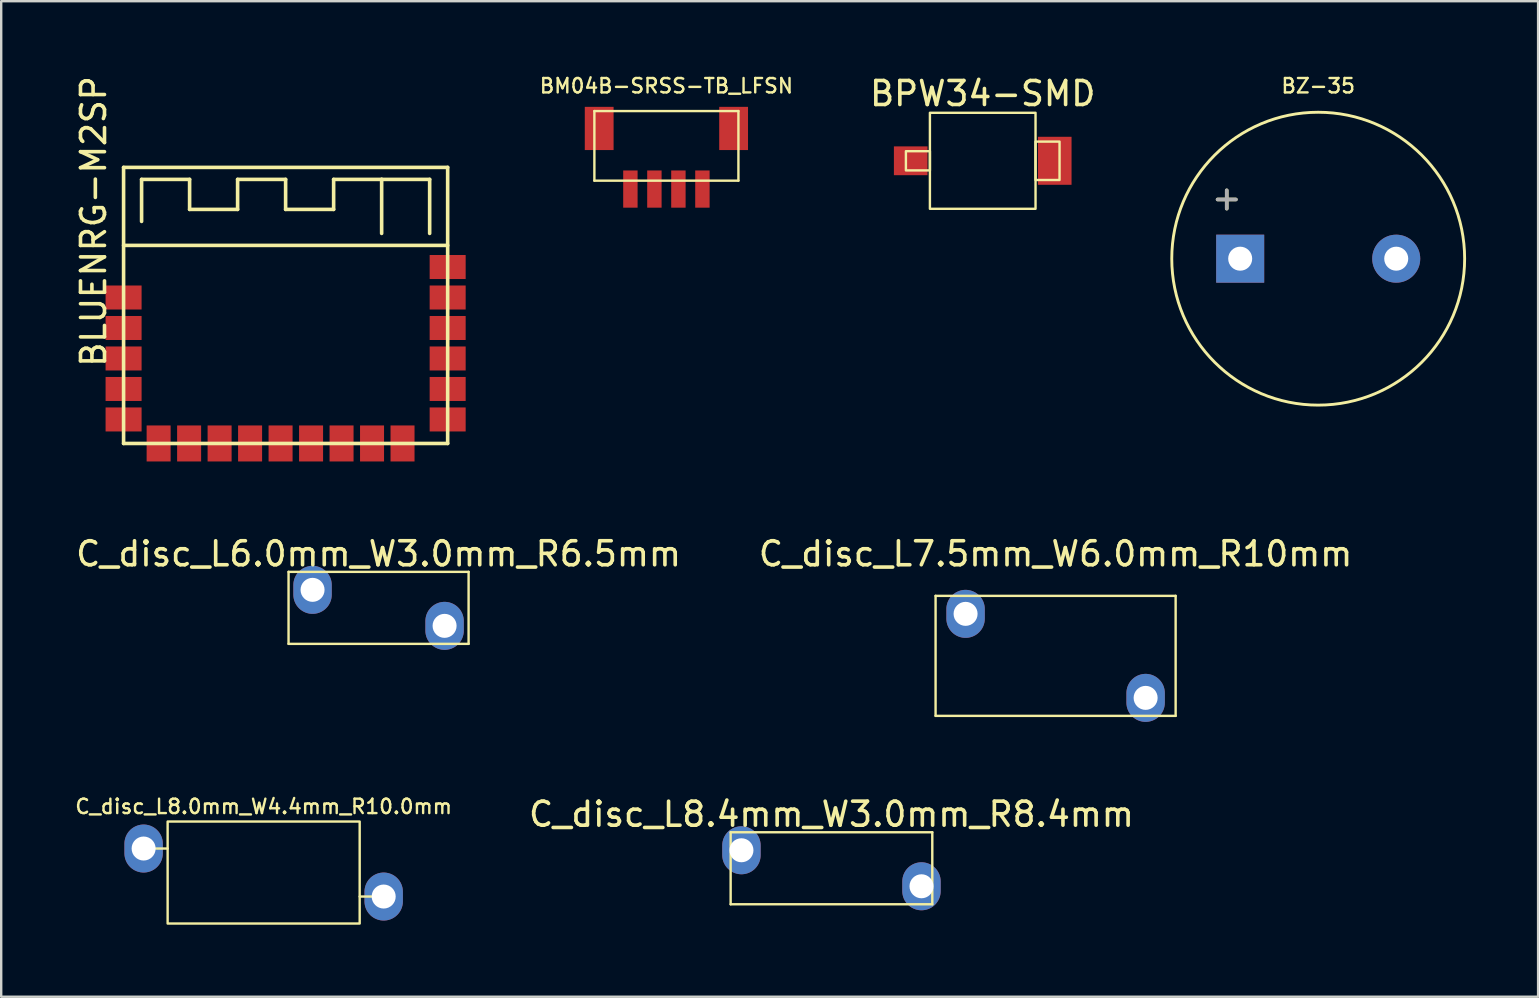
<source format=kicad_pcb>
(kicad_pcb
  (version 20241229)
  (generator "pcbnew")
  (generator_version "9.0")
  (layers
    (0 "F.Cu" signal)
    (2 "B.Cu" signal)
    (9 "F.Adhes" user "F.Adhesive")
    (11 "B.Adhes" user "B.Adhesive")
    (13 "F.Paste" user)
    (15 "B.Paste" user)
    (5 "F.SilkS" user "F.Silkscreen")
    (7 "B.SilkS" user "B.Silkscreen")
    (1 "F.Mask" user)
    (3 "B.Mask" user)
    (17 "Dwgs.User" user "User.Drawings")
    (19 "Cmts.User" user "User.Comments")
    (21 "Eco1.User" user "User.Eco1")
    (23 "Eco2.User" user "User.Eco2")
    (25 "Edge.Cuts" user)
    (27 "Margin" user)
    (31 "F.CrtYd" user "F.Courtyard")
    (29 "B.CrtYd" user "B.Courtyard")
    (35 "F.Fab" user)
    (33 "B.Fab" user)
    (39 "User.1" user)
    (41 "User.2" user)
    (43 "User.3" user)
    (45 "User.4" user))
  (footprint "C_disc_L8.4mm_W3.0mm_R8.4mm"
    (layer "F.Cu")
    (at 31.586 33.119)
    (property "Reference" "C_disc_L8.4mm_W3.0mm_R8.4mm" (at 0 -2.25 0) (layer "F.SilkS") (effects (font (size 1 1) (thickness 0.15))))
    (attr through_hole)
    (fp_line (start -4.2 -1.5) (end -4.2 1.5) (stroke (width 0.1) (type solid)) (layer "F.SilkS"))
    (fp_line (start -4.2 1.5) (end 4.2 1.5) (stroke (width 0.1) (type solid)) (layer "F.SilkS"))
    (fp_line (start 4.2 -1.5) (end -4.2 -1.5) (stroke (width 0.1) (type solid)) (layer "F.SilkS"))
    (fp_line (start 4.2 1.5) (end 4.2 -1.5) (stroke (width 0.1) (type solid)) (layer "F.SilkS"))
    (pad "1" thru_hole oval (at -3.75 -0.75 90) (size 2 1.6) (drill 1) (layers "*.Cu" "*.Mask"))
    (pad "2" thru_hole oval (at 3.75 0.75 90) (size 2 1.6) (drill 1) (layers "*.Cu" "*.Mask")))
  (footprint "BM04B-SRSS-TB_LFSN"
    (layer "F.Cu")
    (at 24.71 3.026)
    (property "Reference" "BM04B-SRSS-TB_LFSN" (at 0 -2.5 0) (unlocked yes) (layer "F.SilkS") (effects (font (size 0.6 0.6) (thickness 0.1))))
    (attr smd)
    (fp_line (start -3 -1.45) (end 3 -1.45) (stroke (width 0.1) (type solid)) (layer "F.SilkS"))
    (fp_line (start -3 1.45) (end -3 -1.45) (stroke (width 0.1) (type solid)) (layer "F.SilkS"))
    (fp_line (start 3 -1.45) (end 3 1.45) (stroke (width 0.1) (type solid)) (layer "F.SilkS"))
    (fp_line (start 3 1.45) (end -3 1.45) (stroke (width 0.1) (type solid)) (layer "F.SilkS"))
    (pad "1" smd rect (at -1.5 1.8) (size 0.6 1.55) (layers "F.Cu" "F.Mask" "F.Paste"))
    (pad "2" smd rect (at -0.5 1.8) (size 0.6 1.55) (layers "F.Cu" "F.Mask" "F.Paste"))
    (pad "3" smd rect (at 0.5 1.8) (size 0.6 1.55) (layers "F.Cu" "F.Mask" "F.Paste"))
    (pad "4" smd rect (at 1.5 1.8) (size 0.6 1.55) (layers "F.Cu" "F.Mask" "F.Paste"))
    (pad "SH" smd rect (at -2.8 -0.725) (size 1.2 1.8) (layers "F.Cu" "F.Mask" "F.Paste"))
    (pad "SH" smd rect (at 2.8 -0.725) (size 1.2 1.8) (layers "F.Cu" "F.Mask" "F.Paste")))
  (footprint "BZ-35"
    (layer "F.Cu")
    (at 51.862 7.726)
    (property "Reference" "BZ-35" (at 0 -7.2 0) (layer "F.SilkS") (effects (font (size 0.6 0.6) (thickness 0.1))))
    (attr through_hole)
    (fp_circle (center 0 0) (end 6.1 0) (stroke (width 0.12) (type solid)) (fill no) (layer "F.SilkS"))
    (fp_text user "+" (at -3.81 -2.54 0) (layer "F.SilkS") (effects (font (size 1 1) (thickness 0.15))))
    (fp_text user "+" (at -3.81 -2.54 0) (layer "F.Fab") (effects (font (size 1 1) (thickness 0.15))))
    (pad "1" thru_hole rect (at -3.25 0) (size 2 2) (drill 1) (layers "*.Cu" "*.Mask"))
    (pad "2" thru_hole circle (at 3.25 0) (size 2 2) (drill 1) (layers "*.Cu" "*.Mask")))
  (footprint "C_disc_L8.0mm_W4.4mm_R10.0mm"
    (layer "F.Cu")
    (at 7.933 33.297)
    (property "Reference" "C_disc_L8.0mm_W4.4mm_R10.0mm" (at 0 -2.75 0) (layer "F.SilkS") (effects (font (size 0.6 0.6) (thickness 0.1) (bold yes))))
    (attr through_hole)
    (fp_line (start -5 -1) (end -4 -1) (stroke (width 0.1) (type default)) (layer "F.SilkS"))
    (fp_line (start 5 1) (end 4 1) (stroke (width 0.1) (type default)) (layer "F.SilkS"))
    (fp_rect (start -4 -2.125) (end 4 2.125) (stroke (width 0.1) (type default)) (fill no) (layer "F.SilkS"))
    (pad "1" thru_hole oval (at -5 -1 90) (size 2 1.6) (drill 1) (layers "*.Cu" "*.Mask"))
    (pad "2" thru_hole oval (at 5 1 90) (size 2 1.6) (drill 1) (layers "*.Cu" "*.Mask")))
  (footprint "BLUENRG-M2SP"
    (layer "F.Cu")
    (at 8.848 9.673)
    (property "Reference" "BLUENRG-M2SP" (at -8 -3.5 90) (layer "F.SilkS") (effects (font (size 1 1) (thickness 0.15))))
    (attr smd)
    (fp_line (start -6.75 -5.75) (end -6.75 5.75) (stroke (width 0.15) (type solid)) (layer "F.SilkS"))
    (fp_line (start -6.75 5.75) (end 6.75 5.75) (stroke (width 0.15) (type solid)) (layer "F.SilkS"))
    (fp_line (start -6 -5.25) (end -6 -3.5) (stroke (width 0.15) (type solid)) (layer "F.SilkS"))
    (fp_line (start -4 -5.25) (end -6 -5.25) (stroke (width 0.15) (type solid)) (layer "F.SilkS"))
    (fp_line (start -4 -4) (end -4 -5.25) (stroke (width 0.15) (type solid)) (layer "F.SilkS"))
    (fp_line (start -2 -5.25) (end -2 -4) (stroke (width 0.15) (type solid)) (layer "F.SilkS"))
    (fp_line (start -2 -4) (end -4 -4) (stroke (width 0.15) (type solid)) (layer "F.SilkS"))
    (fp_line (start 0 -5.25) (end -2 -5.25) (stroke (width 0.15) (type solid)) (layer "F.SilkS"))
    (fp_line (start 0 -4) (end 0 -5.25) (stroke (width 0.15) (type solid)) (layer "F.SilkS"))
    (fp_line (start 2 -5.25) (end 2 -4) (stroke (width 0.15) (type solid)) (layer "F.SilkS"))
    (fp_line (start 2 -5.25) (end 4 -5.25) (stroke (width 0.15) (type solid)) (layer "F.SilkS"))
    (fp_line (start 2 -4) (end 0 -4) (stroke (width 0.15) (type solid)) (layer "F.SilkS"))
    (fp_line (start 4 -5.25) (end 6 -5.25) (stroke (width 0.15) (type solid)) (layer "F.SilkS"))
    (fp_line (start 4 -3) (end 4 -5.25) (stroke (width 0.15) (type solid)) (layer "F.SilkS"))
    (fp_line (start 6 -5.25) (end 6 -3) (stroke (width 0.15) (type solid)) (layer "F.SilkS"))
    (fp_line (start 6.75 -5.75) (end -6.75 -5.75) (stroke (width 0.15) (type solid)) (layer "F.SilkS"))
    (fp_line (start 6.75 -2.5) (end -6.75 -2.5) (stroke (width 0.15) (type solid)) (layer "F.SilkS"))
    (fp_line (start 6.75 5.75) (end 6.75 -5.75) (stroke (width 0.15) (type solid)) (layer "F.SilkS"))
    (pad "1" smd rect (at -6.75 -0.33) (size 1.5 1) (layers "F.Cu" "F.Mask" "F.Paste"))
    (pad "2" smd rect (at -6.75 0.94) (size 1.5 1) (layers "F.Cu" "F.Mask" "F.Paste"))
    (pad "3" smd rect (at -6.75 2.21) (size 1.5 1) (layers "F.Cu" "F.Mask" "F.Paste"))
    (pad "4" smd rect (at -6.75 3.48) (size 1.5 1) (layers "F.Cu" "F.Mask" "F.Paste"))
    (pad "5" smd rect (at -6.75 4.75) (size 1.5 1) (layers "F.Cu" "F.Mask" "F.Paste"))
    (pad "6" smd rect (at -5.29 5.75 90) (size 1.5 1) (layers "F.Cu" "F.Mask" "F.Paste"))
    (pad "7" smd rect (at -4.02 5.75 90) (size 1.5 1) (layers "F.Cu" "F.Mask" "F.Paste"))
    (pad "8" smd rect (at -2.75 5.75 90) (size 1.5 1) (layers "F.Cu" "F.Mask" "F.Paste"))
    (pad "9" smd rect (at -1.48 5.75 90) (size 1.5 1) (layers "F.Cu" "F.Mask" "F.Paste"))
    (pad "10" smd rect (at -0.21 5.75 90) (size 1.5 1) (layers "F.Cu" "F.Mask" "F.Paste"))
    (pad "11" smd rect (at 1.06 5.75 90) (size 1.5 1) (layers "F.Cu" "F.Mask" "F.Paste"))
    (pad "12" smd rect (at 2.33 5.75 90) (size 1.5 1) (layers "F.Cu" "F.Mask" "F.Paste"))
    (pad "13" smd rect (at 3.6 5.75 90) (size 1.5 1) (layers "F.Cu" "F.Mask" "F.Paste"))
    (pad "14" smd rect (at 4.87 5.75 90) (size 1.5 1) (layers "F.Cu" "F.Mask" "F.Paste"))
    (pad "15" smd rect (at 6.75 4.75) (size 1.5 1) (layers "F.Cu" "F.Mask" "F.Paste"))
    (pad "16" smd rect (at 6.75 3.48) (size 1.5 1) (layers "F.Cu" "F.Mask" "F.Paste"))
    (pad "17" smd rect (at 6.75 2.21) (size 1.5 1) (layers "F.Cu" "F.Mask" "F.Paste"))
    (pad "18" smd rect (at 6.75 0.94) (size 1.5 1) (layers "F.Cu" "F.Mask" "F.Paste"))
    (pad "19" smd rect (at 6.75 -0.33) (size 1.5 1) (layers "F.Cu" "F.Mask" "F.Paste"))
    (pad "20" smd rect (at 6.75 -1.6) (size 1.5 1) (layers "F.Cu" "F.Mask" "F.Paste")))
  (footprint "C_disc_L7.5mm_W6.0mm_R10mm"
    (layer "F.Cu")
    (at 40.923 24.271)
    (property "Reference" "C_disc_L7.5mm_W6.0mm_R10mm" (at 0 -4.25 0) (layer "F.SilkS") (effects (font (size 1 1) (thickness 0.15))))
    (attr through_hole)
    (fp_line (start -5 -2.5) (end -5 2.5) (stroke (width 0.1) (type solid)) (layer "F.SilkS"))
    (fp_line (start -5 2.5) (end 5 2.5) (stroke (width 0.1) (type solid)) (layer "F.SilkS"))
    (fp_line (start 5 -2.5) (end -5 -2.5) (stroke (width 0.1) (type solid)) (layer "F.SilkS"))
    (fp_line (start 5 2.5) (end 5 -2.5) (stroke (width 0.1) (type solid)) (layer "F.SilkS"))
    (pad "1" thru_hole oval (at -3.75 -1.75 90) (size 2 1.6) (drill 1) (layers "*.Cu" "*.Mask"))
    (pad "2" thru_hole oval (at 3.75 1.75 90) (size 2 1.6) (drill 1) (layers "*.Cu" "*.Mask")))
  (footprint "BPW34-SMD"
    (layer "F.Cu")
    (at 37.887 3.648)
    (property "Reference" "BPW34-SMD" (at 0 -2.8 0) (unlocked yes) (layer "F.SilkS") (effects (font (size 1 1) (thickness 0.15))))
    (attr smd)
    (fp_rect (start -2.2 -2) (end 2.2 2) (stroke (width 0.1) (type solid)) (fill no) (layer "F.SilkS"))
    (fp_rect (start -2.2 -0.4) (end -3.2 0.4) (stroke (width 0.1) (type solid)) (fill no) (layer "F.SilkS"))
    (fp_rect (start 2.2 -0.8) (end 3.2 0.8) (stroke (width 0.1) (type solid)) (fill no) (layer "F.SilkS"))
    (pad "1" smd rect (at 3 0) (size 1.4 2) (layers "F.Cu" "F.Mask" "F.Paste"))
    (pad "2" smd rect (at -3 0) (size 1.4 1.2) (layers "F.Cu" "F.Mask" "F.Paste")))
  (footprint "C_disc_L6.0mm_W3.0mm_R6.5mm"
    (layer "F.Cu")
    (at 12.72 22.271)
    (property "Reference" "C_disc_L6.0mm_W3.0mm_R6.5mm" (at 0 -2.25 0) (layer "F.SilkS") (effects (font (size 1 1) (thickness 0.15))))
    (attr through_hole)
    (fp_line (start -3.75 -1.5) (end -3.75 1.5) (stroke (width 0.1) (type solid)) (layer "F.SilkS"))
    (fp_line (start -3.75 1.5) (end 3.75 1.5) (stroke (width 0.1) (type solid)) (layer "F.SilkS"))
    (fp_line (start 3.75 -1.5) (end -3.75 -1.5) (stroke (width 0.1) (type solid)) (layer "F.SilkS"))
    (fp_line (start 3.75 1.5) (end 3.75 -1.5) (stroke (width 0.1) (type solid)) (layer "F.SilkS"))
    (pad "1" thru_hole oval (at -2.75 -0.75 90) (size 2 1.6) (drill 1) (layers "*.Cu" "*.Mask"))
    (pad "2" thru_hole oval (at 2.75 0.75 90) (size 2 1.6) (drill 1) (layers "*.Cu" "*.Mask")))
  (gr_rect
    (start -3 -3)
    (end 61.022 38.472)
    (stroke (width 0.1) (type default))
    (fill no)
    (layer "Edge.Cuts")))
</source>
